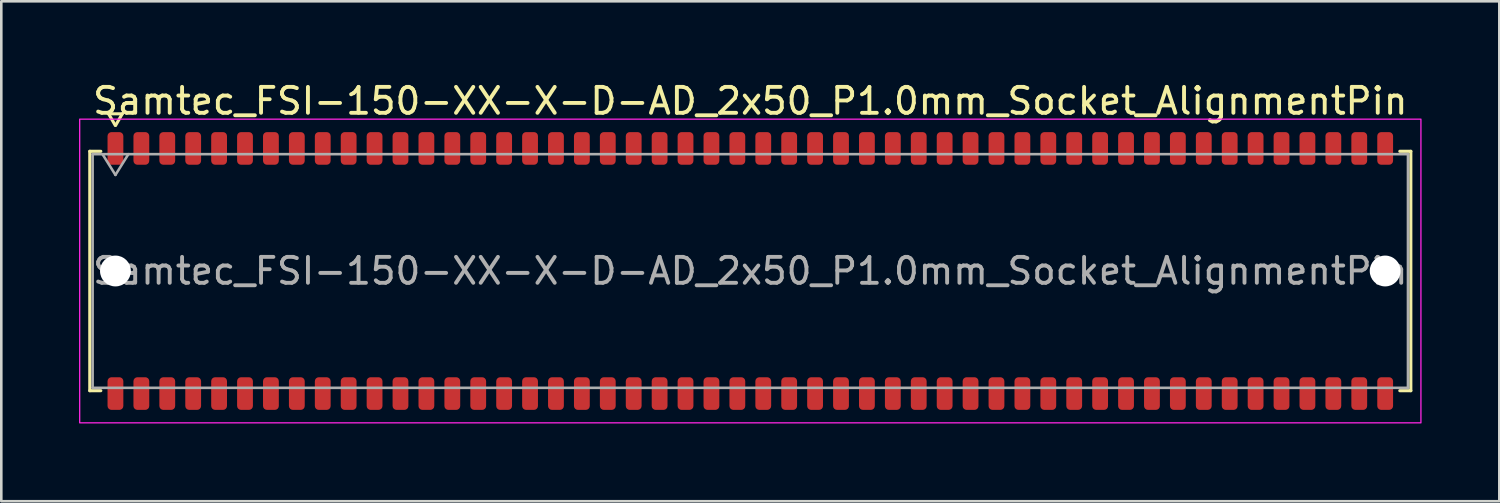
<source format=kicad_pcb>
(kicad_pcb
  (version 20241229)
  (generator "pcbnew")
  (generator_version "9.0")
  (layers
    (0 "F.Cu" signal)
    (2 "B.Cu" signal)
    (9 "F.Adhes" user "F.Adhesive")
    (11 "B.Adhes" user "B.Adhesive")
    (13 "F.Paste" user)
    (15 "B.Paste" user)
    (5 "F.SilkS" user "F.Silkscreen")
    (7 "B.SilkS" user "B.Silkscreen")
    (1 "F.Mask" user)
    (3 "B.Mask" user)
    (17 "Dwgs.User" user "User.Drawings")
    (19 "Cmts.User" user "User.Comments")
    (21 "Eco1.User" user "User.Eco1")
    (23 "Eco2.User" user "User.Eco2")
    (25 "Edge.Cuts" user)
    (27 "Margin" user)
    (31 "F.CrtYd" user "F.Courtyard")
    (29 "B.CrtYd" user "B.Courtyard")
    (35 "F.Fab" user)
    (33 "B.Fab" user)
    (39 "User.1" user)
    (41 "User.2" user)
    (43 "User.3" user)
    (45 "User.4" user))
  (footprint "Samtec_FSI-150-XX-X-D-AD_2x50_P1.0mm_Socket_AlignmentPin"
    (layer "F.Cu")
    (at 25.905 7.408)
    (property "Reference" "Samtec_FSI-150-XX-X-D-AD_2x50_P1.0mm_Socket_AlignmentPin" (at 0 -6.56 0) (layer "F.SilkS") (effects (font (size 1 1) (thickness 0.15))))
    (attr smd)
    (fp_line (start -25.49 -4.619) (end -25.065 -4.619) (stroke (width 0.12) (type solid)) (layer "F.SilkS"))
    (fp_line (start -25.49 4.619) (end -25.49 -4.619) (stroke (width 0.12) (type solid)) (layer "F.SilkS"))
    (fp_line (start -25.065 4.619) (end -25.49 4.619) (stroke (width 0.12) (type solid)) (layer "F.SilkS"))
    (fp_line (start -24.764 -6.066) (end -24.507 -5.62) (stroke (width 0.12) (type solid)) (layer "F.SilkS"))
    (fp_line (start -24.493 -5.62) (end -24.236 -6.066) (stroke (width 0.12) (type solid)) (layer "F.SilkS"))
    (fp_line (start -24.236 -6.066) (end -24.764 -6.066) (stroke (width 0.12) (type solid)) (layer "F.SilkS"))
    (fp_line (start 25.065 -4.619) (end 25.49 -4.619) (stroke (width 0.12) (type solid)) (layer "F.SilkS"))
    (fp_line (start 25.49 -4.619) (end 25.49 4.619) (stroke (width 0.12) (type solid)) (layer "F.SilkS"))
    (fp_line (start 25.49 4.619) (end 25.065 4.619) (stroke (width 0.12) (type solid)) (layer "F.SilkS"))
    (fp_rect (start -25.88 -5.86) (end 25.88 5.86) (stroke (width 0.05) (type solid)) (fill no) (layer "F.CrtYd"))
    (fp_line (start -25.38 -4.508) (end 25.38 -4.508) (stroke (width 0.1) (type solid)) (layer "F.Fab"))
    (fp_line (start -25.38 4.508) (end -25.38 -4.508) (stroke (width 0.1) (type solid)) (layer "F.Fab"))
    (fp_line (start -25 -4.508) (end -24.5 -3.708) (stroke (width 0.1) (type solid)) (layer "F.Fab"))
    (fp_line (start -24.5 -3.708) (end -24 -4.508) (stroke (width 0.1) (type solid)) (layer "F.Fab"))
    (fp_line (start 25.38 -4.508) (end 25.38 4.508) (stroke (width 0.1) (type solid)) (layer "F.Fab"))
    (fp_line (start 25.38 4.508) (end -25.38 4.508) (stroke (width 0.1) (type solid)) (layer "F.Fab"))
    (fp_text user "${REFERENCE}" (at 0 0 0) (layer "F.Fab") (effects (font (size 1 1) (thickness 0.15))))
    (pad "" np_thru_hole circle (at -24.5 0) (size 1.19 1.19) (drill 1.19) (layers "*.Cu" "*.Mask"))
    (pad "" np_thru_hole circle (at 24.5 0) (size 1.19 1.19) (drill 1.19) (layers "*.Cu" "*.Mask"))
    (pad "1" smd roundrect (at -24.5 -4.73) (size 0.61 1.26) (layers "F.Cu" "F.Mask" "F.Paste") (roundrect_rratio 0.25))
    (pad "2" smd roundrect (at -24.5 4.73) (size 0.61 1.26) (layers "F.Cu" "F.Mask" "F.Paste") (roundrect_rratio 0.25))
    (pad "3" smd roundrect (at -23.5 -4.73) (size 0.61 1.26) (layers "F.Cu" "F.Mask" "F.Paste") (roundrect_rratio 0.25))
    (pad "4" smd roundrect (at -23.5 4.73) (size 0.61 1.26) (layers "F.Cu" "F.Mask" "F.Paste") (roundrect_rratio 0.25))
    (pad "5" smd roundrect (at -22.5 -4.73) (size 0.61 1.26) (layers "F.Cu" "F.Mask" "F.Paste") (roundrect_rratio 0.25))
    (pad "6" smd roundrect (at -22.5 4.73) (size 0.61 1.26) (layers "F.Cu" "F.Mask" "F.Paste") (roundrect_rratio 0.25))
    (pad "7" smd roundrect (at -21.5 -4.73) (size 0.61 1.26) (layers "F.Cu" "F.Mask" "F.Paste") (roundrect_rratio 0.25))
    (pad "8" smd roundrect (at -21.5 4.73) (size 0.61 1.26) (layers "F.Cu" "F.Mask" "F.Paste") (roundrect_rratio 0.25))
    (pad "9" smd roundrect (at -20.5 -4.73) (size 0.61 1.26) (layers "F.Cu" "F.Mask" "F.Paste") (roundrect_rratio 0.25))
    (pad "10" smd roundrect (at -20.5 4.73) (size 0.61 1.26) (layers "F.Cu" "F.Mask" "F.Paste") (roundrect_rratio 0.25))
    (pad "11" smd roundrect (at -19.5 -4.73) (size 0.61 1.26) (layers "F.Cu" "F.Mask" "F.Paste") (roundrect_rratio 0.25))
    (pad "12" smd roundrect (at -19.5 4.73) (size 0.61 1.26) (layers "F.Cu" "F.Mask" "F.Paste") (roundrect_rratio 0.25))
    (pad "13" smd roundrect (at -18.5 -4.73) (size 0.61 1.26) (layers "F.Cu" "F.Mask" "F.Paste") (roundrect_rratio 0.25))
    (pad "14" smd roundrect (at -18.5 4.73) (size 0.61 1.26) (layers "F.Cu" "F.Mask" "F.Paste") (roundrect_rratio 0.25))
    (pad "15" smd roundrect (at -17.5 -4.73) (size 0.61 1.26) (layers "F.Cu" "F.Mask" "F.Paste") (roundrect_rratio 0.25))
    (pad "16" smd roundrect (at -17.5 4.73) (size 0.61 1.26) (layers "F.Cu" "F.Mask" "F.Paste") (roundrect_rratio 0.25))
    (pad "17" smd roundrect (at -16.5 -4.73) (size 0.61 1.26) (layers "F.Cu" "F.Mask" "F.Paste") (roundrect_rratio 0.25))
    (pad "18" smd roundrect (at -16.5 4.73) (size 0.61 1.26) (layers "F.Cu" "F.Mask" "F.Paste") (roundrect_rratio 0.25))
    (pad "19" smd roundrect (at -15.5 -4.73) (size 0.61 1.26) (layers "F.Cu" "F.Mask" "F.Paste") (roundrect_rratio 0.25))
    (pad "20" smd roundrect (at -15.5 4.73) (size 0.61 1.26) (layers "F.Cu" "F.Mask" "F.Paste") (roundrect_rratio 0.25))
    (pad "21" smd roundrect (at -14.5 -4.73) (size 0.61 1.26) (layers "F.Cu" "F.Mask" "F.Paste") (roundrect_rratio 0.25))
    (pad "22" smd roundrect (at -14.5 4.73) (size 0.61 1.26) (layers "F.Cu" "F.Mask" "F.Paste") (roundrect_rratio 0.25))
    (pad "23" smd roundrect (at -13.5 -4.73) (size 0.61 1.26) (layers "F.Cu" "F.Mask" "F.Paste") (roundrect_rratio 0.25))
    (pad "24" smd roundrect (at -13.5 4.73) (size 0.61 1.26) (layers "F.Cu" "F.Mask" "F.Paste") (roundrect_rratio 0.25))
    (pad "25" smd roundrect (at -12.5 -4.73) (size 0.61 1.26) (layers "F.Cu" "F.Mask" "F.Paste") (roundrect_rratio 0.25))
    (pad "26" smd roundrect (at -12.5 4.73) (size 0.61 1.26) (layers "F.Cu" "F.Mask" "F.Paste") (roundrect_rratio 0.25))
    (pad "27" smd roundrect (at -11.5 -4.73) (size 0.61 1.26) (layers "F.Cu" "F.Mask" "F.Paste") (roundrect_rratio 0.25))
    (pad "28" smd roundrect (at -11.5 4.73) (size 0.61 1.26) (layers "F.Cu" "F.Mask" "F.Paste") (roundrect_rratio 0.25))
    (pad "29" smd roundrect (at -10.5 -4.73) (size 0.61 1.26) (layers "F.Cu" "F.Mask" "F.Paste") (roundrect_rratio 0.25))
    (pad "30" smd roundrect (at -10.5 4.73) (size 0.61 1.26) (layers "F.Cu" "F.Mask" "F.Paste") (roundrect_rratio 0.25))
    (pad "31" smd roundrect (at -9.5 -4.73) (size 0.61 1.26) (layers "F.Cu" "F.Mask" "F.Paste") (roundrect_rratio 0.25))
    (pad "32" smd roundrect (at -9.5 4.73) (size 0.61 1.26) (layers "F.Cu" "F.Mask" "F.Paste") (roundrect_rratio 0.25))
    (pad "33" smd roundrect (at -8.5 -4.73) (size 0.61 1.26) (layers "F.Cu" "F.Mask" "F.Paste") (roundrect_rratio 0.25))
    (pad "34" smd roundrect (at -8.5 4.73) (size 0.61 1.26) (layers "F.Cu" "F.Mask" "F.Paste") (roundrect_rratio 0.25))
    (pad "35" smd roundrect (at -7.5 -4.73) (size 0.61 1.26) (layers "F.Cu" "F.Mask" "F.Paste") (roundrect_rratio 0.25))
    (pad "36" smd roundrect (at -7.5 4.73) (size 0.61 1.26) (layers "F.Cu" "F.Mask" "F.Paste") (roundrect_rratio 0.25))
    (pad "37" smd roundrect (at -6.5 -4.73) (size 0.61 1.26) (layers "F.Cu" "F.Mask" "F.Paste") (roundrect_rratio 0.25))
    (pad "38" smd roundrect (at -6.5 4.73) (size 0.61 1.26) (layers "F.Cu" "F.Mask" "F.Paste") (roundrect_rratio 0.25))
    (pad "39" smd roundrect (at -5.5 -4.73) (size 0.61 1.26) (layers "F.Cu" "F.Mask" "F.Paste") (roundrect_rratio 0.25))
    (pad "40" smd roundrect (at -5.5 4.73) (size 0.61 1.26) (layers "F.Cu" "F.Mask" "F.Paste") (roundrect_rratio 0.25))
    (pad "41" smd roundrect (at -4.5 -4.73) (size 0.61 1.26) (layers "F.Cu" "F.Mask" "F.Paste") (roundrect_rratio 0.25))
    (pad "42" smd roundrect (at -4.5 4.73) (size 0.61 1.26) (layers "F.Cu" "F.Mask" "F.Paste") (roundrect_rratio 0.25))
    (pad "43" smd roundrect (at -3.5 -4.73) (size 0.61 1.26) (layers "F.Cu" "F.Mask" "F.Paste") (roundrect_rratio 0.25))
    (pad "44" smd roundrect (at -3.5 4.73) (size 0.61 1.26) (layers "F.Cu" "F.Mask" "F.Paste") (roundrect_rratio 0.25))
    (pad "45" smd roundrect (at -2.5 -4.73) (size 0.61 1.26) (layers "F.Cu" "F.Mask" "F.Paste") (roundrect_rratio 0.25))
    (pad "46" smd roundrect (at -2.5 4.73) (size 0.61 1.26) (layers "F.Cu" "F.Mask" "F.Paste") (roundrect_rratio 0.25))
    (pad "47" smd roundrect (at -1.5 -4.73) (size 0.61 1.26) (layers "F.Cu" "F.Mask" "F.Paste") (roundrect_rratio 0.25))
    (pad "48" smd roundrect (at -1.5 4.73) (size 0.61 1.26) (layers "F.Cu" "F.Mask" "F.Paste") (roundrect_rratio 0.25))
    (pad "49" smd roundrect (at -0.5 -4.73) (size 0.61 1.26) (layers "F.Cu" "F.Mask" "F.Paste") (roundrect_rratio 0.25))
    (pad "50" smd roundrect (at -0.5 4.73) (size 0.61 1.26) (layers "F.Cu" "F.Mask" "F.Paste") (roundrect_rratio 0.25))
    (pad "51" smd roundrect (at 0.5 -4.73) (size 0.61 1.26) (layers "F.Cu" "F.Mask" "F.Paste") (roundrect_rratio 0.25))
    (pad "52" smd roundrect (at 0.5 4.73) (size 0.61 1.26) (layers "F.Cu" "F.Mask" "F.Paste") (roundrect_rratio 0.25))
    (pad "53" smd roundrect (at 1.5 -4.73) (size 0.61 1.26) (layers "F.Cu" "F.Mask" "F.Paste") (roundrect_rratio 0.25))
    (pad "54" smd roundrect (at 1.5 4.73) (size 0.61 1.26) (layers "F.Cu" "F.Mask" "F.Paste") (roundrect_rratio 0.25))
    (pad "55" smd roundrect (at 2.5 -4.73) (size 0.61 1.26) (layers "F.Cu" "F.Mask" "F.Paste") (roundrect_rratio 0.25))
    (pad "56" smd roundrect (at 2.5 4.73) (size 0.61 1.26) (layers "F.Cu" "F.Mask" "F.Paste") (roundrect_rratio 0.25))
    (pad "57" smd roundrect (at 3.5 -4.73) (size 0.61 1.26) (layers "F.Cu" "F.Mask" "F.Paste") (roundrect_rratio 0.25))
    (pad "58" smd roundrect (at 3.5 4.73) (size 0.61 1.26) (layers "F.Cu" "F.Mask" "F.Paste") (roundrect_rratio 0.25))
    (pad "59" smd roundrect (at 4.5 -4.73) (size 0.61 1.26) (layers "F.Cu" "F.Mask" "F.Paste") (roundrect_rratio 0.25))
    (pad "60" smd roundrect (at 4.5 4.73) (size 0.61 1.26) (layers "F.Cu" "F.Mask" "F.Paste") (roundrect_rratio 0.25))
    (pad "61" smd roundrect (at 5.5 -4.73) (size 0.61 1.26) (layers "F.Cu" "F.Mask" "F.Paste") (roundrect_rratio 0.25))
    (pad "62" smd roundrect (at 5.5 4.73) (size 0.61 1.26) (layers "F.Cu" "F.Mask" "F.Paste") (roundrect_rratio 0.25))
    (pad "63" smd roundrect (at 6.5 -4.73) (size 0.61 1.26) (layers "F.Cu" "F.Mask" "F.Paste") (roundrect_rratio 0.25))
    (pad "64" smd roundrect (at 6.5 4.73) (size 0.61 1.26) (layers "F.Cu" "F.Mask" "F.Paste") (roundrect_rratio 0.25))
    (pad "65" smd roundrect (at 7.5 -4.73) (size 0.61 1.26) (layers "F.Cu" "F.Mask" "F.Paste") (roundrect_rratio 0.25))
    (pad "66" smd roundrect (at 7.5 4.73) (size 0.61 1.26) (layers "F.Cu" "F.Mask" "F.Paste") (roundrect_rratio 0.25))
    (pad "67" smd roundrect (at 8.5 -4.73) (size 0.61 1.26) (layers "F.Cu" "F.Mask" "F.Paste") (roundrect_rratio 0.25))
    (pad "68" smd roundrect (at 8.5 4.73) (size 0.61 1.26) (layers "F.Cu" "F.Mask" "F.Paste") (roundrect_rratio 0.25))
    (pad "69" smd roundrect (at 9.5 -4.73) (size 0.61 1.26) (layers "F.Cu" "F.Mask" "F.Paste") (roundrect_rratio 0.25))
    (pad "70" smd roundrect (at 9.5 4.73) (size 0.61 1.26) (layers "F.Cu" "F.Mask" "F.Paste") (roundrect_rratio 0.25))
    (pad "71" smd roundrect (at 10.5 -4.73) (size 0.61 1.26) (layers "F.Cu" "F.Mask" "F.Paste") (roundrect_rratio 0.25))
    (pad "72" smd roundrect (at 10.5 4.73) (size 0.61 1.26) (layers "F.Cu" "F.Mask" "F.Paste") (roundrect_rratio 0.25))
    (pad "73" smd roundrect (at 11.5 -4.73) (size 0.61 1.26) (layers "F.Cu" "F.Mask" "F.Paste") (roundrect_rratio 0.25))
    (pad "74" smd roundrect (at 11.5 4.73) (size 0.61 1.26) (layers "F.Cu" "F.Mask" "F.Paste") (roundrect_rratio 0.25))
    (pad "75" smd roundrect (at 12.5 -4.73) (size 0.61 1.26) (layers "F.Cu" "F.Mask" "F.Paste") (roundrect_rratio 0.25))
    (pad "76" smd roundrect (at 12.5 4.73) (size 0.61 1.26) (layers "F.Cu" "F.Mask" "F.Paste") (roundrect_rratio 0.25))
    (pad "77" smd roundrect (at 13.5 -4.73) (size 0.61 1.26) (layers "F.Cu" "F.Mask" "F.Paste") (roundrect_rratio 0.25))
    (pad "78" smd roundrect (at 13.5 4.73) (size 0.61 1.26) (layers "F.Cu" "F.Mask" "F.Paste") (roundrect_rratio 0.25))
    (pad "79" smd roundrect (at 14.5 -4.73) (size 0.61 1.26) (layers "F.Cu" "F.Mask" "F.Paste") (roundrect_rratio 0.25))
    (pad "80" smd roundrect (at 14.5 4.73) (size 0.61 1.26) (layers "F.Cu" "F.Mask" "F.Paste") (roundrect_rratio 0.25))
    (pad "81" smd roundrect (at 15.5 -4.73) (size 0.61 1.26) (layers "F.Cu" "F.Mask" "F.Paste") (roundrect_rratio 0.25))
    (pad "82" smd roundrect (at 15.5 4.73) (size 0.61 1.26) (layers "F.Cu" "F.Mask" "F.Paste") (roundrect_rratio 0.25))
    (pad "83" smd roundrect (at 16.5 -4.73) (size 0.61 1.26) (layers "F.Cu" "F.Mask" "F.Paste") (roundrect_rratio 0.25))
    (pad "84" smd roundrect (at 16.5 4.73) (size 0.61 1.26) (layers "F.Cu" "F.Mask" "F.Paste") (roundrect_rratio 0.25))
    (pad "85" smd roundrect (at 17.5 -4.73) (size 0.61 1.26) (layers "F.Cu" "F.Mask" "F.Paste") (roundrect_rratio 0.25))
    (pad "86" smd roundrect (at 17.5 4.73) (size 0.61 1.26) (layers "F.Cu" "F.Mask" "F.Paste") (roundrect_rratio 0.25))
    (pad "87" smd roundrect (at 18.5 -4.73) (size 0.61 1.26) (layers "F.Cu" "F.Mask" "F.Paste") (roundrect_rratio 0.25))
    (pad "88" smd roundrect (at 18.5 4.73) (size 0.61 1.26) (layers "F.Cu" "F.Mask" "F.Paste") (roundrect_rratio 0.25))
    (pad "89" smd roundrect (at 19.5 -4.73) (size 0.61 1.26) (layers "F.Cu" "F.Mask" "F.Paste") (roundrect_rratio 0.25))
    (pad "90" smd roundrect (at 19.5 4.73) (size 0.61 1.26) (layers "F.Cu" "F.Mask" "F.Paste") (roundrect_rratio 0.25))
    (pad "91" smd roundrect (at 20.5 -4.73) (size 0.61 1.26) (layers "F.Cu" "F.Mask" "F.Paste") (roundrect_rratio 0.25))
    (pad "92" smd roundrect (at 20.5 4.73) (size 0.61 1.26) (layers "F.Cu" "F.Mask" "F.Paste") (roundrect_rratio 0.25))
    (pad "93" smd roundrect (at 21.5 -4.73) (size 0.61 1.26) (layers "F.Cu" "F.Mask" "F.Paste") (roundrect_rratio 0.25))
    (pad "94" smd roundrect (at 21.5 4.73) (size 0.61 1.26) (layers "F.Cu" "F.Mask" "F.Paste") (roundrect_rratio 0.25))
    (pad "95" smd roundrect (at 22.5 -4.73) (size 0.61 1.26) (layers "F.Cu" "F.Mask" "F.Paste") (roundrect_rratio 0.25))
    (pad "96" smd roundrect (at 22.5 4.73) (size 0.61 1.26) (layers "F.Cu" "F.Mask" "F.Paste") (roundrect_rratio 0.25))
    (pad "97" smd roundrect (at 23.5 -4.73) (size 0.61 1.26) (layers "F.Cu" "F.Mask" "F.Paste") (roundrect_rratio 0.25))
    (pad "98" smd roundrect (at 23.5 4.73) (size 0.61 1.26) (layers "F.Cu" "F.Mask" "F.Paste") (roundrect_rratio 0.25))
    (pad "99" smd roundrect (at 24.5 -4.73) (size 0.61 1.26) (layers "F.Cu" "F.Mask" "F.Paste") (roundrect_rratio 0.25))
    (pad "100" smd roundrect (at 24.5 4.73) (size 0.61 1.26) (layers "F.Cu" "F.Mask" "F.Paste") (roundrect_rratio 0.25)))
  (gr_rect
    (start -3 -3)
    (end 54.81 16.293)
    (stroke (width 0.1) (type default))
    (fill no)
    (layer "Edge.Cuts")))
</source>
